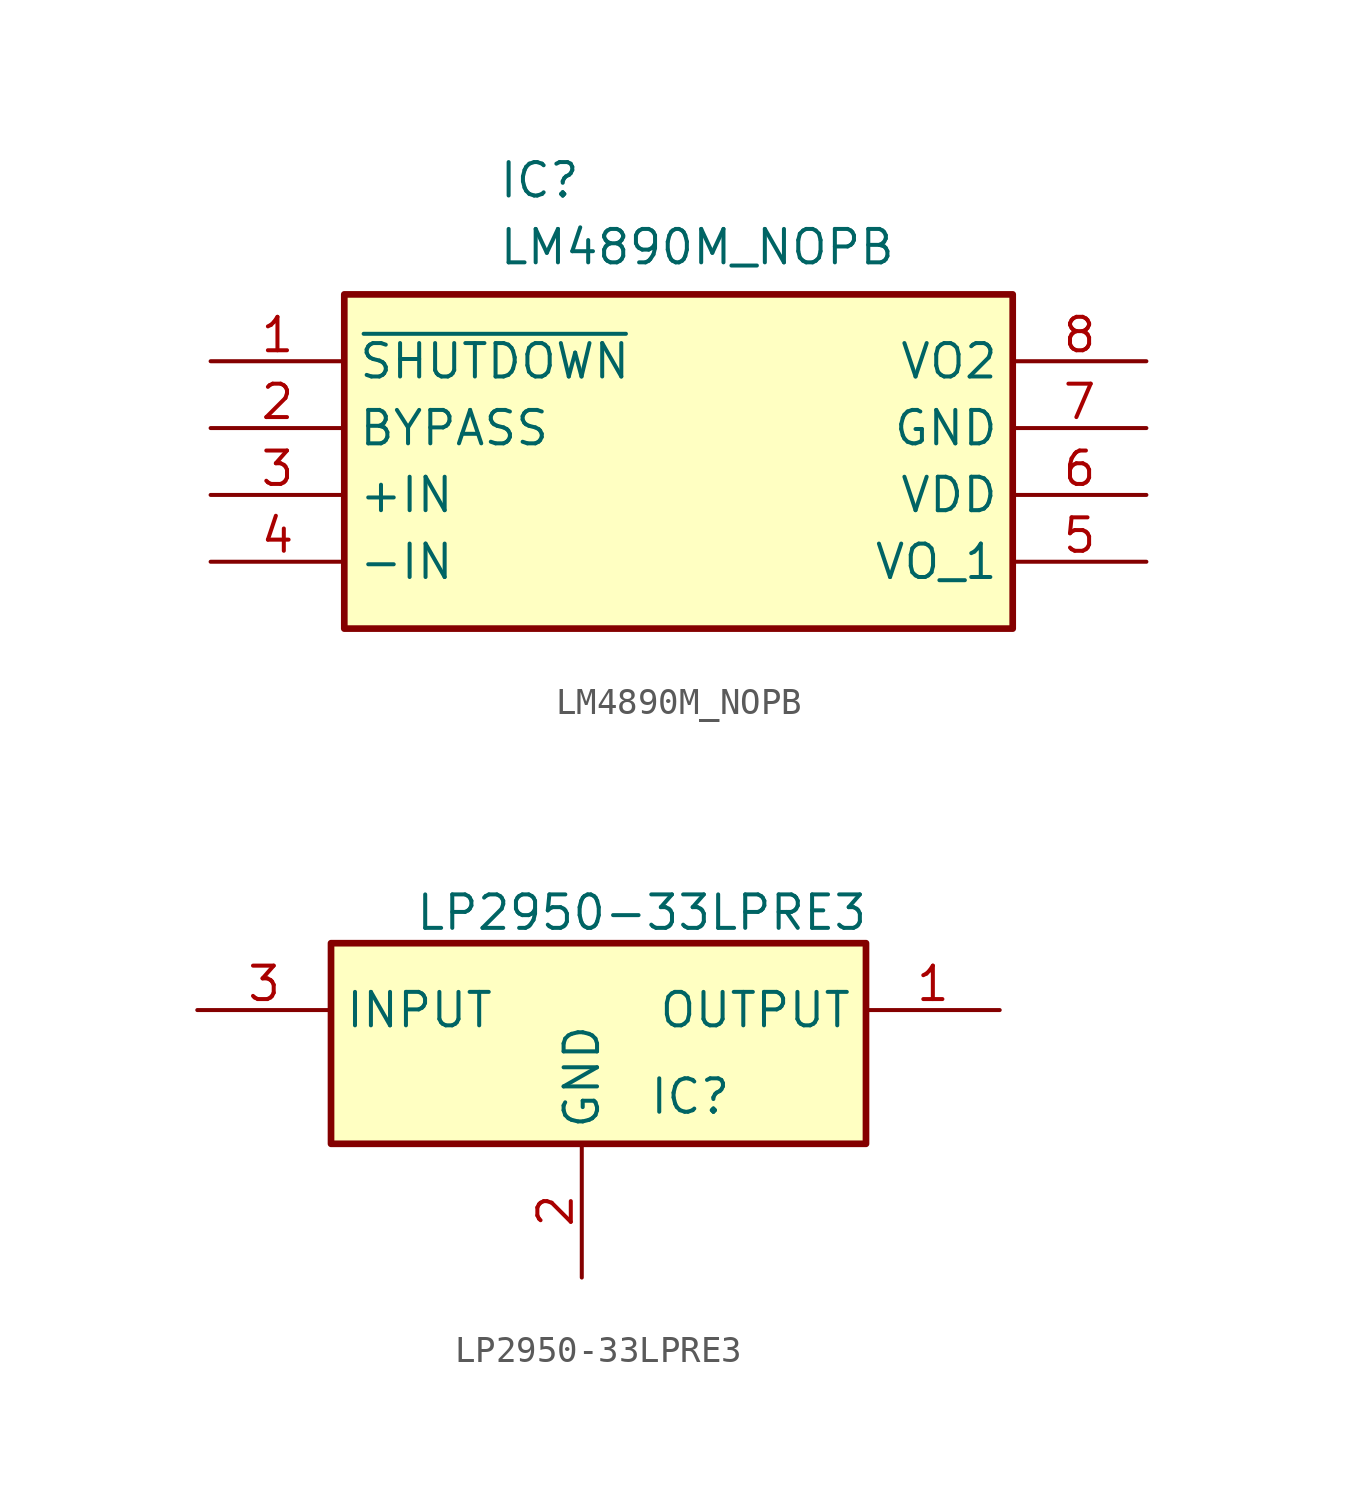
<source format=kicad_sym>
(kicad_symbol_lib
  (version 20241209)
  (generator "kicad_symbol_editor")
  (generator_version "9.0")
  (symbol "LM4890M_NOPB"
    (property "Reference" "IC"
      (at 10.922 7.62 0)
      (effects (font (size 1.27 1.27)) (justify left top)))
    (property "Value" "LM4890M_NOPB"
      (at 10.922 5.08 0)
      (effects (font (size 1.27 1.27)) (justify left top)))
    (symbol "LM4890M_NOPB_1_1"
      (rectangle (start 5.08 2.54) (end 30.48 -10.16) (stroke (width 0.254) (type default)) (fill (type background)))
      (pin passive line (at 0 0 0) (length 5.08) (name "~{SHUTDOWN}" (effects (font (size 1.27 1.27)))) (number "1" (effects (font (size 1.27 1.27)))))
      (pin passive line (at 0 -2.54 0) (length 5.08) (name "BYPASS" (effects (font (size 1.27 1.27)))) (number "2" (effects (font (size 1.27 1.27)))))
      (pin passive line (at 0 -5.08 0) (length 5.08) (name "+IN" (effects (font (size 1.27 1.27)))) (number "3" (effects (font (size 1.27 1.27)))))
      (pin passive line (at 0 -7.62 0) (length 5.08) (name "-IN" (effects (font (size 1.27 1.27)))) (number "4" (effects (font (size 1.27 1.27)))))
      (pin passive line (at 35.56 0 180) (length 5.08) (name "VO2" (effects (font (size 1.27 1.27)))) (number "8" (effects (font (size 1.27 1.27)))))
      (pin passive line (at 35.56 -2.54 180) (length 5.08) (name "GND" (effects (font (size 1.27 1.27)))) (number "7" (effects (font (size 1.27 1.27)))))
      (pin passive line (at 35.56 -5.08 180) (length 5.08) (name "VDD" (effects (font (size 1.27 1.27)))) (number "6" (effects (font (size 1.27 1.27)))))
      (pin passive line (at 35.56 -7.62 180) (length 5.08) (name "VO_1" (effects (font (size 1.27 1.27)))) (number "5" (effects (font (size 1.27 1.27)))))))
  (symbol "LP2950-33LPRE3"
    (property "Reference" "IC"
      (at 17.145 -2.54 0)
      (effects (font (size 1.27 1.27)) (justify left top)))
    (property "Value" "LP2950-33LPRE3"
      (at 8.255 4.445 0)
      (effects (font (size 1.27 1.27)) (justify left top)))
    (symbol "LP2950-33LPRE3_1_1"
      (rectangle (start 5.08 2.54) (end 25.4 -5.08) (stroke (width 0.254) (type default)) (fill (type background)))
      (pin power_in line (at 0 0 0) (length 5.08) (name "INPUT" (effects (font (size 1.27 1.27)))) (number "3" (effects (font (size 1.27 1.27)))))
      (pin passive line (at 14.605 -10.16 90) (length 5.08) (name "GND" (effects (font (size 1.27 1.27)))) (number "2" (effects (font (size 1.27 1.27)))))
      (pin power_out line (at 30.48 0 180) (length 5.08) (name "OUTPUT" (effects (font (size 1.27 1.27)))) (number "1" (effects (font (size 1.27 1.27))))))))
</source>
